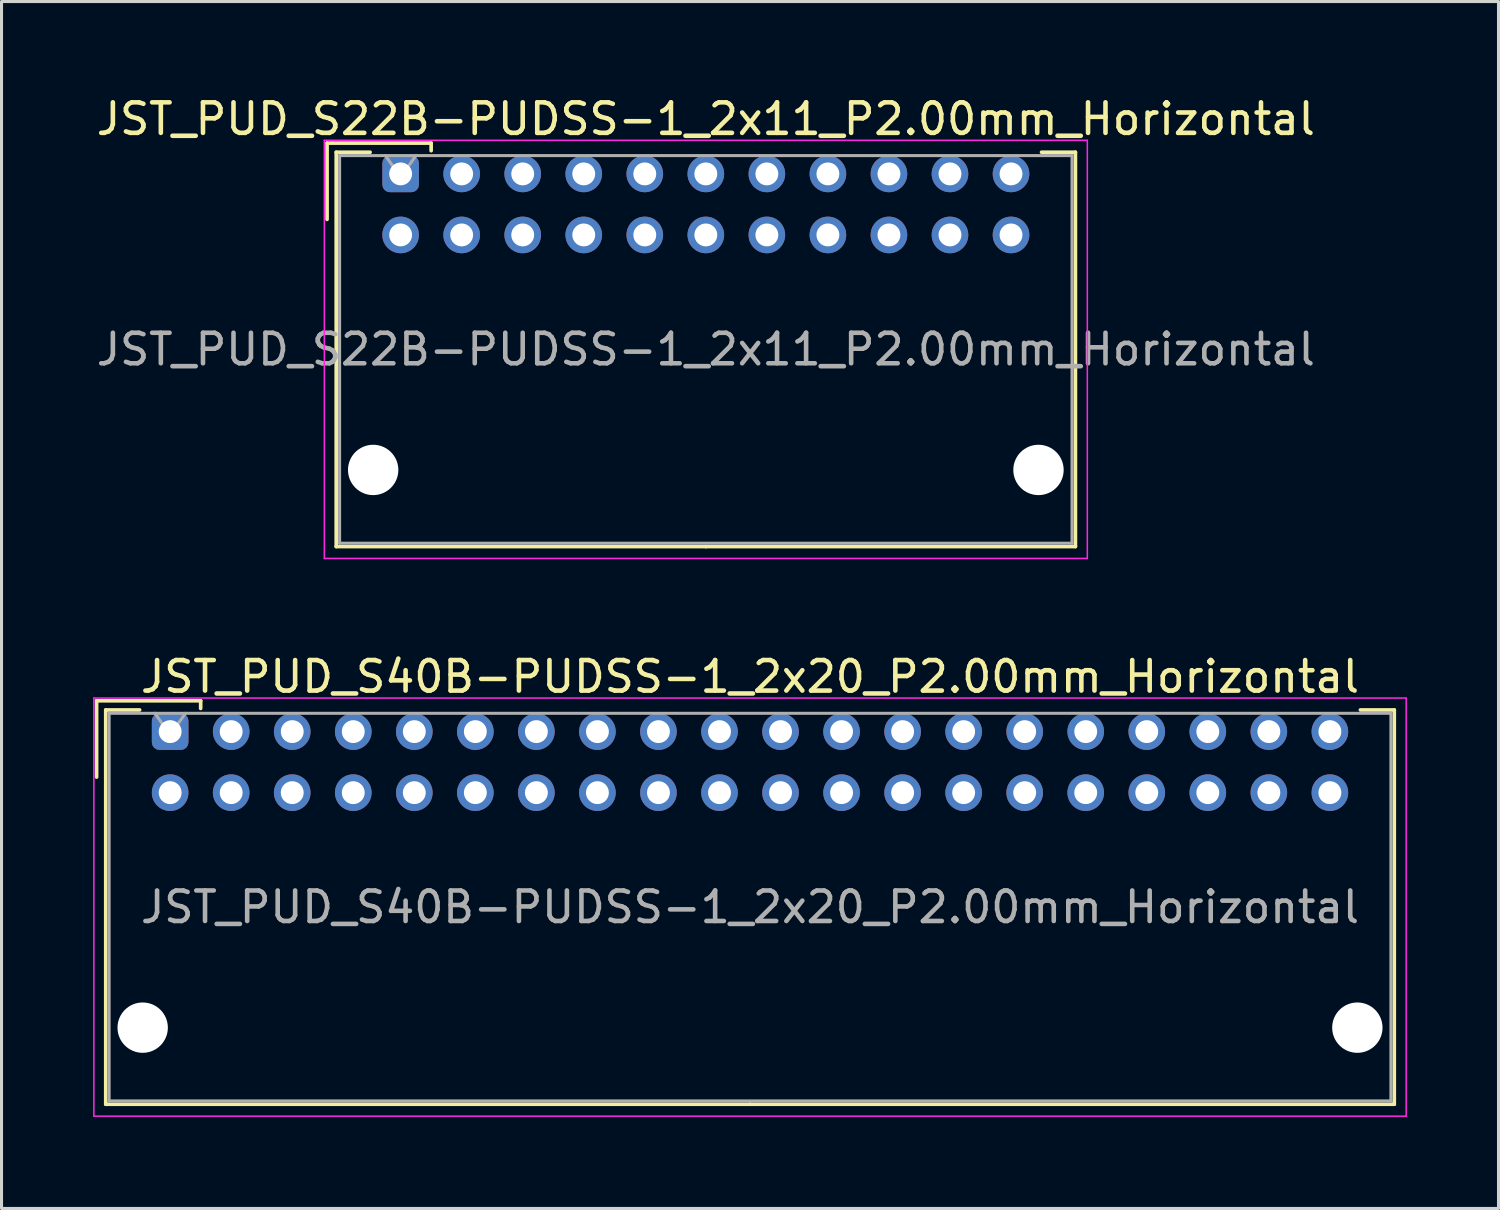
<source format=kicad_pcb>
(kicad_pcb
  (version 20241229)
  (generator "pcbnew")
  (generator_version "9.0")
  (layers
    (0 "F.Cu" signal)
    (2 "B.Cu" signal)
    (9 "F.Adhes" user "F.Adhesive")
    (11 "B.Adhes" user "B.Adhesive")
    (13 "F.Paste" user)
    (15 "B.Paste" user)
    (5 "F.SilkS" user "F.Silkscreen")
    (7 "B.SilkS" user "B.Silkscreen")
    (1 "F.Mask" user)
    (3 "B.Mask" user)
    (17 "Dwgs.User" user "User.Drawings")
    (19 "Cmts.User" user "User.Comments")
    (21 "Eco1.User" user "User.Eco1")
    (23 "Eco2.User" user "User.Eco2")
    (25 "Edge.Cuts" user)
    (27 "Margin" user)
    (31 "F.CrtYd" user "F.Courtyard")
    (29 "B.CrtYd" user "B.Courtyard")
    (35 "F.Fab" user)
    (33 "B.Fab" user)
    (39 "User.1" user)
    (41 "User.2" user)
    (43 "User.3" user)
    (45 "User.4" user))
  (footprint "JST_PUD_S22B-PUDSS-1_2x11_P2.00mm_Horizontal"
    (layer "F.Cu")
    (at 10.077 2.648)
    (property "Reference" "JST_PUD_S22B-PUDSS-1_2x11_P2.00mm_Horizontal" (at 10 -1.8 0) (layer "F.SilkS") (effects (font (size 1 1) (thickness 0.15))))
    (attr through_hole)
    (fp_line (start -2.41 -1.01) (end -2.41 1.49) (stroke (width 0.12) (type solid)) (layer "F.SilkS"))
    (fp_line (start -2.11 -0.71) (end -2.11 12.21) (stroke (width 0.12) (type solid)) (layer "F.SilkS"))
    (fp_line (start -2.11 12.21) (end 10 12.21) (stroke (width 0.12) (type solid)) (layer "F.SilkS"))
    (fp_line (start -1 -0.71) (end -2.11 -0.71) (stroke (width 0.12) (type solid)) (layer "F.SilkS"))
    (fp_line (start 1 -1.01) (end -2.41 -1.01) (stroke (width 0.12) (type solid)) (layer "F.SilkS"))
    (fp_line (start 1 -0.76) (end 1 -1.01) (stroke (width 0.12) (type solid)) (layer "F.SilkS"))
    (fp_line (start 21 -0.71) (end 22.11 -0.71) (stroke (width 0.12) (type solid)) (layer "F.SilkS"))
    (fp_line (start 22.11 -0.71) (end 22.11 12.21) (stroke (width 0.12) (type solid)) (layer "F.SilkS"))
    (fp_line (start 22.11 12.21) (end 10 12.21) (stroke (width 0.12) (type solid)) (layer "F.SilkS"))
    (fp_line (start -2.5 -1.1) (end -2.5 12.6) (stroke (width 0.05) (type solid)) (layer "F.CrtYd"))
    (fp_line (start -2.5 12.6) (end 22.5 12.6) (stroke (width 0.05) (type solid)) (layer "F.CrtYd"))
    (fp_line (start 22.5 -1.1) (end -2.5 -1.1) (stroke (width 0.05) (type solid)) (layer "F.CrtYd"))
    (fp_line (start 22.5 12.6) (end 22.5 -1.1) (stroke (width 0.05) (type solid)) (layer "F.CrtYd"))
    (fp_line (start -2 -0.6) (end -2 12.1) (stroke (width 0.1) (type solid)) (layer "F.Fab"))
    (fp_line (start -2 12.1) (end 22 12.1) (stroke (width 0.1) (type solid)) (layer "F.Fab"))
    (fp_line (start 0 0.107) (end -0.5 -0.6) (stroke (width 0.1) (type solid)) (layer "F.Fab"))
    (fp_line (start 0.5 -0.6) (end 0 0.107) (stroke (width 0.1) (type solid)) (layer "F.Fab"))
    (fp_line (start 22 -0.6) (end -2 -0.6) (stroke (width 0.1) (type solid)) (layer "F.Fab"))
    (fp_line (start 22 12.1) (end 22 -0.6) (stroke (width 0.1) (type solid)) (layer "F.Fab"))
    (fp_text user "${REFERENCE}" (at 10 5.75 0) (layer "F.Fab") (effects (font (size 1 1) (thickness 0.15))))
    (pad "" np_thru_hole circle (at -0.9 9.7) (size 1.65 1.65) (drill 1.65) (layers "*.Cu" "*.Mask"))
    (pad "" np_thru_hole circle (at 20.9 9.7) (size 1.65 1.65) (drill 1.65) (layers "*.Cu" "*.Mask"))
    (pad "1" thru_hole roundrect (at 0 0) (size 1.2 1.2) (drill 0.75) (layers "*.Cu" "*.Mask") (roundrect_rratio 0.208))
    (pad "2" thru_hole circle (at 0 2) (size 1.2 1.2) (drill 0.75) (layers "*.Cu" "*.Mask"))
    (pad "3" thru_hole circle (at 2 0) (size 1.2 1.2) (drill 0.75) (layers "*.Cu" "*.Mask"))
    (pad "4" thru_hole circle (at 2 2) (size 1.2 1.2) (drill 0.75) (layers "*.Cu" "*.Mask"))
    (pad "5" thru_hole circle (at 4 0) (size 1.2 1.2) (drill 0.75) (layers "*.Cu" "*.Mask"))
    (pad "6" thru_hole circle (at 4 2) (size 1.2 1.2) (drill 0.75) (layers "*.Cu" "*.Mask"))
    (pad "7" thru_hole circle (at 6 0) (size 1.2 1.2) (drill 0.75) (layers "*.Cu" "*.Mask"))
    (pad "8" thru_hole circle (at 6 2) (size 1.2 1.2) (drill 0.75) (layers "*.Cu" "*.Mask"))
    (pad "9" thru_hole circle (at 8 0) (size 1.2 1.2) (drill 0.75) (layers "*.Cu" "*.Mask"))
    (pad "10" thru_hole circle (at 8 2) (size 1.2 1.2) (drill 0.75) (layers "*.Cu" "*.Mask"))
    (pad "11" thru_hole circle (at 10 0) (size 1.2 1.2) (drill 0.75) (layers "*.Cu" "*.Mask"))
    (pad "12" thru_hole circle (at 10 2) (size 1.2 1.2) (drill 0.75) (layers "*.Cu" "*.Mask"))
    (pad "13" thru_hole circle (at 12 0) (size 1.2 1.2) (drill 0.75) (layers "*.Cu" "*.Mask"))
    (pad "14" thru_hole circle (at 12 2) (size 1.2 1.2) (drill 0.75) (layers "*.Cu" "*.Mask"))
    (pad "15" thru_hole circle (at 14 0) (size 1.2 1.2) (drill 0.75) (layers "*.Cu" "*.Mask"))
    (pad "16" thru_hole circle (at 14 2) (size 1.2 1.2) (drill 0.75) (layers "*.Cu" "*.Mask"))
    (pad "17" thru_hole circle (at 16 0) (size 1.2 1.2) (drill 0.75) (layers "*.Cu" "*.Mask"))
    (pad "18" thru_hole circle (at 16 2) (size 1.2 1.2) (drill 0.75) (layers "*.Cu" "*.Mask"))
    (pad "19" thru_hole circle (at 18 0) (size 1.2 1.2) (drill 0.75) (layers "*.Cu" "*.Mask"))
    (pad "20" thru_hole circle (at 18 2) (size 1.2 1.2) (drill 0.75) (layers "*.Cu" "*.Mask"))
    (pad "21" thru_hole circle (at 20 0) (size 1.2 1.2) (drill 0.75) (layers "*.Cu" "*.Mask"))
    (pad "22" thru_hole circle (at 20 2) (size 1.2 1.2) (drill 0.75) (layers "*.Cu" "*.Mask")))
  (footprint "JST_PUD_S40B-PUDSS-1_2x20_P2.00mm_Horizontal"
    (layer "F.Cu")
    (at 2.525 20.922)
    (property "Reference" "JST_PUD_S40B-PUDSS-1_2x20_P2.00mm_Horizontal" (at 19 -1.8 0) (layer "F.SilkS") (effects (font (size 1 1) (thickness 0.15))))
    (attr through_hole)
    (fp_line (start -2.41 -1.01) (end -2.41 1.49) (stroke (width 0.12) (type solid)) (layer "F.SilkS"))
    (fp_line (start -2.11 -0.71) (end -2.11 12.21) (stroke (width 0.12) (type solid)) (layer "F.SilkS"))
    (fp_line (start -2.11 12.21) (end 19 12.21) (stroke (width 0.12) (type solid)) (layer "F.SilkS"))
    (fp_line (start -1 -0.71) (end -2.11 -0.71) (stroke (width 0.12) (type solid)) (layer "F.SilkS"))
    (fp_line (start 1 -1.01) (end -2.41 -1.01) (stroke (width 0.12) (type solid)) (layer "F.SilkS"))
    (fp_line (start 1 -0.76) (end 1 -1.01) (stroke (width 0.12) (type solid)) (layer "F.SilkS"))
    (fp_line (start 39 -0.71) (end 40.11 -0.71) (stroke (width 0.12) (type solid)) (layer "F.SilkS"))
    (fp_line (start 40.11 -0.71) (end 40.11 12.21) (stroke (width 0.12) (type solid)) (layer "F.SilkS"))
    (fp_line (start 40.11 12.21) (end 19 12.21) (stroke (width 0.12) (type solid)) (layer "F.SilkS"))
    (fp_line (start -2.5 -1.1) (end -2.5 12.6) (stroke (width 0.05) (type solid)) (layer "F.CrtYd"))
    (fp_line (start -2.5 12.6) (end 40.5 12.6) (stroke (width 0.05) (type solid)) (layer "F.CrtYd"))
    (fp_line (start 40.5 -1.1) (end -2.5 -1.1) (stroke (width 0.05) (type solid)) (layer "F.CrtYd"))
    (fp_line (start 40.5 12.6) (end 40.5 -1.1) (stroke (width 0.05) (type solid)) (layer "F.CrtYd"))
    (fp_line (start -2 -0.6) (end -2 12.1) (stroke (width 0.1) (type solid)) (layer "F.Fab"))
    (fp_line (start -2 12.1) (end 40 12.1) (stroke (width 0.1) (type solid)) (layer "F.Fab"))
    (fp_line (start 0 0.107) (end -0.5 -0.6) (stroke (width 0.1) (type solid)) (layer "F.Fab"))
    (fp_line (start 0.5 -0.6) (end 0 0.107) (stroke (width 0.1) (type solid)) (layer "F.Fab"))
    (fp_line (start 40 -0.6) (end -2 -0.6) (stroke (width 0.1) (type solid)) (layer "F.Fab"))
    (fp_line (start 40 12.1) (end 40 -0.6) (stroke (width 0.1) (type solid)) (layer "F.Fab"))
    (fp_text user "${REFERENCE}" (at 19 5.75 0) (layer "F.Fab") (effects (font (size 1 1) (thickness 0.15))))
    (pad "" np_thru_hole circle (at -0.9 9.7) (size 1.65 1.65) (drill 1.65) (layers "*.Cu" "*.Mask"))
    (pad "" np_thru_hole circle (at 38.9 9.7) (size 1.65 1.65) (drill 1.65) (layers "*.Cu" "*.Mask"))
    (pad "1" thru_hole roundrect (at 0 0) (size 1.2 1.2) (drill 0.75) (layers "*.Cu" "*.Mask") (roundrect_rratio 0.208))
    (pad "2" thru_hole circle (at 0 2) (size 1.2 1.2) (drill 0.75) (layers "*.Cu" "*.Mask"))
    (pad "3" thru_hole circle (at 2 0) (size 1.2 1.2) (drill 0.75) (layers "*.Cu" "*.Mask"))
    (pad "4" thru_hole circle (at 2 2) (size 1.2 1.2) (drill 0.75) (layers "*.Cu" "*.Mask"))
    (pad "5" thru_hole circle (at 4 0) (size 1.2 1.2) (drill 0.75) (layers "*.Cu" "*.Mask"))
    (pad "6" thru_hole circle (at 4 2) (size 1.2 1.2) (drill 0.75) (layers "*.Cu" "*.Mask"))
    (pad "7" thru_hole circle (at 6 0) (size 1.2 1.2) (drill 0.75) (layers "*.Cu" "*.Mask"))
    (pad "8" thru_hole circle (at 6 2) (size 1.2 1.2) (drill 0.75) (layers "*.Cu" "*.Mask"))
    (pad "9" thru_hole circle (at 8 0) (size 1.2 1.2) (drill 0.75) (layers "*.Cu" "*.Mask"))
    (pad "10" thru_hole circle (at 8 2) (size 1.2 1.2) (drill 0.75) (layers "*.Cu" "*.Mask"))
    (pad "11" thru_hole circle (at 10 0) (size 1.2 1.2) (drill 0.75) (layers "*.Cu" "*.Mask"))
    (pad "12" thru_hole circle (at 10 2) (size 1.2 1.2) (drill 0.75) (layers "*.Cu" "*.Mask"))
    (pad "13" thru_hole circle (at 12 0) (size 1.2 1.2) (drill 0.75) (layers "*.Cu" "*.Mask"))
    (pad "14" thru_hole circle (at 12 2) (size 1.2 1.2) (drill 0.75) (layers "*.Cu" "*.Mask"))
    (pad "15" thru_hole circle (at 14 0) (size 1.2 1.2) (drill 0.75) (layers "*.Cu" "*.Mask"))
    (pad "16" thru_hole circle (at 14 2) (size 1.2 1.2) (drill 0.75) (layers "*.Cu" "*.Mask"))
    (pad "17" thru_hole circle (at 16 0) (size 1.2 1.2) (drill 0.75) (layers "*.Cu" "*.Mask"))
    (pad "18" thru_hole circle (at 16 2) (size 1.2 1.2) (drill 0.75) (layers "*.Cu" "*.Mask"))
    (pad "19" thru_hole circle (at 18 0) (size 1.2 1.2) (drill 0.75) (layers "*.Cu" "*.Mask"))
    (pad "20" thru_hole circle (at 18 2) (size 1.2 1.2) (drill 0.75) (layers "*.Cu" "*.Mask"))
    (pad "21" thru_hole circle (at 20 0) (size 1.2 1.2) (drill 0.75) (layers "*.Cu" "*.Mask"))
    (pad "22" thru_hole circle (at 20 2) (size 1.2 1.2) (drill 0.75) (layers "*.Cu" "*.Mask"))
    (pad "23" thru_hole circle (at 22 0) (size 1.2 1.2) (drill 0.75) (layers "*.Cu" "*.Mask"))
    (pad "24" thru_hole circle (at 22 2) (size 1.2 1.2) (drill 0.75) (layers "*.Cu" "*.Mask"))
    (pad "25" thru_hole circle (at 24 0) (size 1.2 1.2) (drill 0.75) (layers "*.Cu" "*.Mask"))
    (pad "26" thru_hole circle (at 24 2) (size 1.2 1.2) (drill 0.75) (layers "*.Cu" "*.Mask"))
    (pad "27" thru_hole circle (at 26 0) (size 1.2 1.2) (drill 0.75) (layers "*.Cu" "*.Mask"))
    (pad "28" thru_hole circle (at 26 2) (size 1.2 1.2) (drill 0.75) (layers "*.Cu" "*.Mask"))
    (pad "29" thru_hole circle (at 28 0) (size 1.2 1.2) (drill 0.75) (layers "*.Cu" "*.Mask"))
    (pad "30" thru_hole circle (at 28 2) (size 1.2 1.2) (drill 0.75) (layers "*.Cu" "*.Mask"))
    (pad "31" thru_hole circle (at 30 0) (size 1.2 1.2) (drill 0.75) (layers "*.Cu" "*.Mask"))
    (pad "32" thru_hole circle (at 30 2) (size 1.2 1.2) (drill 0.75) (layers "*.Cu" "*.Mask"))
    (pad "33" thru_hole circle (at 32 0) (size 1.2 1.2) (drill 0.75) (layers "*.Cu" "*.Mask"))
    (pad "34" thru_hole circle (at 32 2) (size 1.2 1.2) (drill 0.75) (layers "*.Cu" "*.Mask"))
    (pad "35" thru_hole circle (at 34 0) (size 1.2 1.2) (drill 0.75) (layers "*.Cu" "*.Mask"))
    (pad "36" thru_hole circle (at 34 2) (size 1.2 1.2) (drill 0.75) (layers "*.Cu" "*.Mask"))
    (pad "37" thru_hole circle (at 36 0) (size 1.2 1.2) (drill 0.75) (layers "*.Cu" "*.Mask"))
    (pad "38" thru_hole circle (at 36 2) (size 1.2 1.2) (drill 0.75) (layers "*.Cu" "*.Mask"))
    (pad "39" thru_hole circle (at 38 0) (size 1.2 1.2) (drill 0.75) (layers "*.Cu" "*.Mask"))
    (pad "40" thru_hole circle (at 38 2) (size 1.2 1.2) (drill 0.75) (layers "*.Cu" "*.Mask")))
  (gr_rect
    (start -3 -3)
    (end 46.05 36.547)
    (stroke (width 0.1) (type default))
    (fill no)
    (layer "Edge.Cuts")))
</source>
